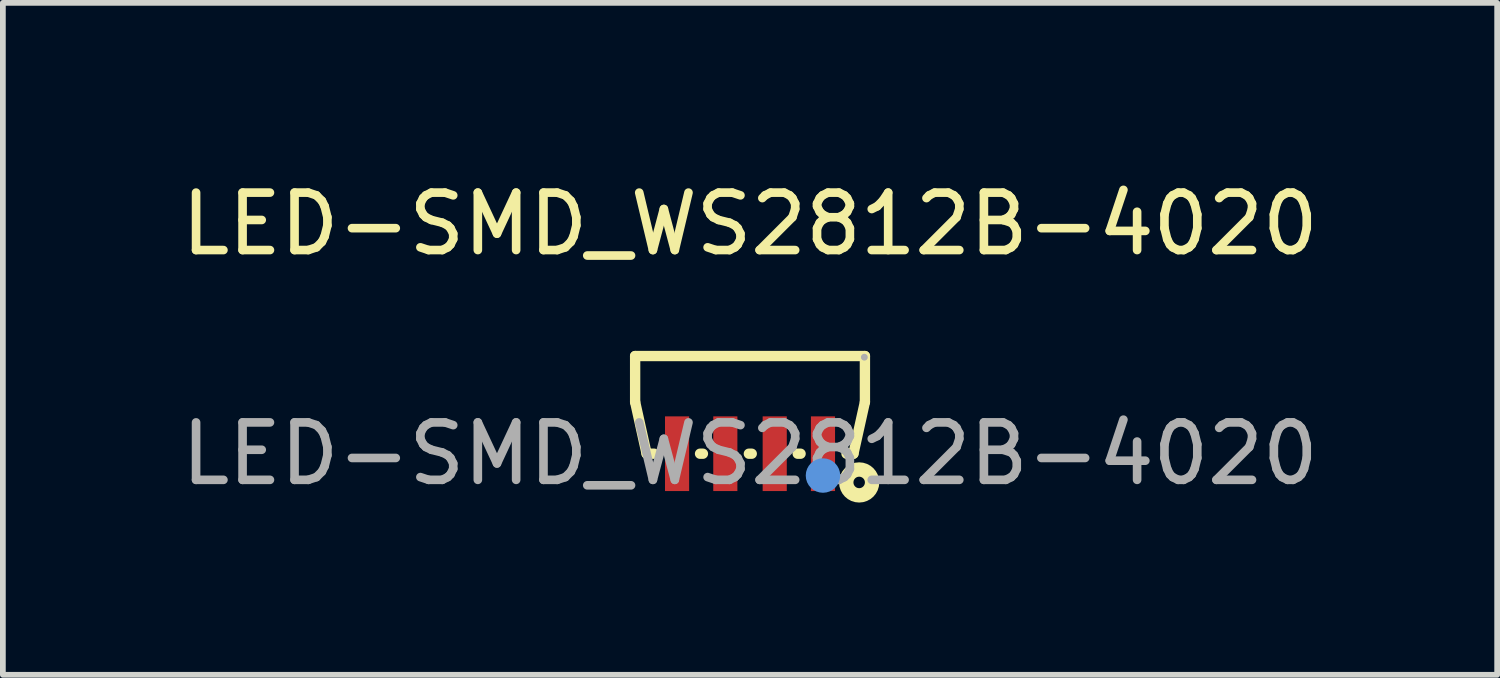
<source format=kicad_pcb>
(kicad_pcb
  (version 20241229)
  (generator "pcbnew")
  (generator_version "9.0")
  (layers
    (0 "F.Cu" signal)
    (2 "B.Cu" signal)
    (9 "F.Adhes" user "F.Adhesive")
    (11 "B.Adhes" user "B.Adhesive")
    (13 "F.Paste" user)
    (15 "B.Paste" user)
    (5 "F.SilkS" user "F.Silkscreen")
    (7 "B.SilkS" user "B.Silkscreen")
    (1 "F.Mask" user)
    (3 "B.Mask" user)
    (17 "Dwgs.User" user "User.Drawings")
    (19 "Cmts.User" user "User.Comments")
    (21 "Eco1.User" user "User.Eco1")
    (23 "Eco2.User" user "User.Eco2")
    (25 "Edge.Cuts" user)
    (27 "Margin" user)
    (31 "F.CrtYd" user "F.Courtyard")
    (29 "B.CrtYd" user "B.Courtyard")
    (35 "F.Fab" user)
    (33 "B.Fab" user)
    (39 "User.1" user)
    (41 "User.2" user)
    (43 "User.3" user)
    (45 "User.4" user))
  (footprint "LED-SMD_WS2812B-4020"
    (layer "F.Cu")
    (at 10.006 4.848)
    (property "Reference" "LED-SMD_WS2812B-4020" (at 0 -4 0) (layer "F.SilkS") (effects (font (size 1 1) (thickness 0.15))))
    (attr smd)
    (fp_line (start -2 -1.7) (end 2 -1.7) (stroke (width 0.18) (type solid)) (layer "F.SilkS"))
    (fp_line (start -2 -0.9) (end -2 -1.7) (stroke (width 0.18) (type solid)) (layer "F.SilkS"))
    (fp_line (start -1.8 0) (end -2 -0.9) (stroke (width 0.18) (type solid)) (layer "F.SilkS"))
    (fp_line (start -1.67 0) (end -1.8 0) (stroke (width 0.18) (type solid)) (layer "F.SilkS"))
    (fp_line (start -0.82 0) (end -0.87 0) (stroke (width 0.18) (type solid)) (layer "F.SilkS"))
    (fp_line (start 0.03 0) (end -0.02 0) (stroke (width 0.18) (type solid)) (layer "F.SilkS"))
    (fp_line (start 0.88 0) (end 0.83 0) (stroke (width 0.18) (type solid)) (layer "F.SilkS"))
    (fp_line (start 1.8 0) (end 1.68 0) (stroke (width 0.18) (type solid)) (layer "F.SilkS"))
    (fp_line (start 2 -1.7) (end 2 -0.9) (stroke (width 0.18) (type solid)) (layer "F.SilkS"))
    (fp_line (start 2 -0.9) (end 1.8 0) (stroke (width 0.18) (type solid)) (layer "F.SilkS"))
    (fp_circle (center 1.9 0.5) (end 2 0.5) (stroke (width 0.25) (type solid)) (fill no) (layer "F.SilkS"))
    (fp_circle (center 1.27 0.38) (end 1.42 0.38) (stroke (width 0.3) (type solid)) (fill no) (layer "Cmts.User"))
    (fp_circle (center 1.99 -1.68) (end 2.02 -1.68) (stroke (width 0.06) (type solid)) (fill no) (layer "F.Fab"))
    (fp_text user "${REFERENCE}" (at 0 0 0) (layer "F.Fab") (effects (font (size 1 1) (thickness 0.15))))
    (pad "1" smd rect (at 1.27 0) (size 0.42 1.3) (layers "F.Cu" "F.Mask" "F.Paste"))
    (pad "2" smd rect (at 0.43 0 180) (size 0.42 1.3) (layers "F.Cu" "F.Mask" "F.Paste"))
    (pad "3" smd rect (at -0.43 0 180) (size 0.42 1.3) (layers "F.Cu" "F.Mask" "F.Paste"))
    (pad "4" smd rect (at -1.27 0 180) (size 0.42 1.3) (layers "F.Cu" "F.Mask" "F.Paste")))
  (gr_rect
    (start -3 -3)
    (end 23.012 8.697)
    (stroke (width 0.1) (type default))
    (fill no)
    (layer "Edge.Cuts")))
</source>
